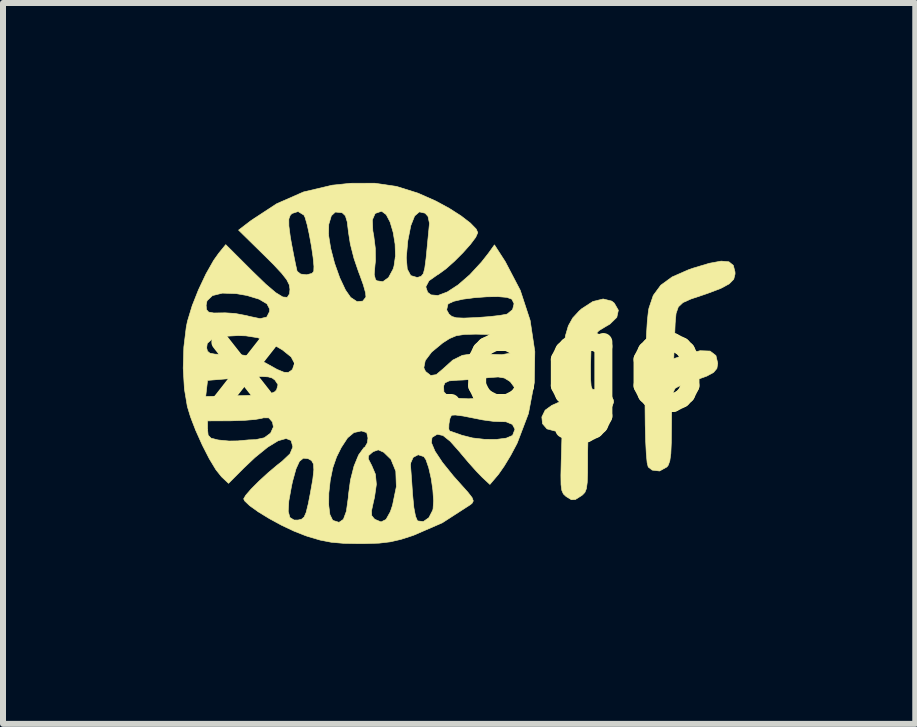
<source format=kicad_pcb>
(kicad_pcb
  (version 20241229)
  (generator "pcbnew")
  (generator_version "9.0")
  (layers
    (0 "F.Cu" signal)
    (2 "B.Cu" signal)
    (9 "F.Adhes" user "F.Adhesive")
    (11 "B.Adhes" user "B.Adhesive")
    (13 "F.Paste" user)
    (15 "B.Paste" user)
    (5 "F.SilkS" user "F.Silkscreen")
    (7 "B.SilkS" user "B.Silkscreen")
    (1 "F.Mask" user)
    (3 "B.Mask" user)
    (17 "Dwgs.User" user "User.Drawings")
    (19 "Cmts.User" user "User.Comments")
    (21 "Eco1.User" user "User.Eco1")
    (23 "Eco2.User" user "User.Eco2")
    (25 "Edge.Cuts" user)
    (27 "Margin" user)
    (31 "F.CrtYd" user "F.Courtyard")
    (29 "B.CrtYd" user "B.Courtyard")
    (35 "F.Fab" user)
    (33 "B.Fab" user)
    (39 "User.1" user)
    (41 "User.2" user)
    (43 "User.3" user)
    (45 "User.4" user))
  (footprint "xffLogo"
    (layer "F.Cu")
    (at 4.58 2.98)
    (property "Reference" "xffLogo" (at 0 0 0) (layer "F.SilkS") (effects (font (size 1.524 1.524) (thickness 0.3))))
    (attr through_hole)
    (fp_poly (pts (xy 4.524 -1.665) (xy 4.598 -1.605) (xy 4.626 -1.496) (xy 4.627 -1.461) (xy 4.605 -1.374) (xy 4.53 -1.297) (xy 4.389 -1.221) (xy 4.17 -1.138) (xy 4.097 -1.113) (xy 3.89 -1.044) (xy 3.757 -0.984) (xy 3.681 -0.912) (xy 3.643 -0.803) (xy 3.628 -0.636) (xy 3.622 -0.484) (xy 3.605 -0.049) (xy 3.809 -0.121) (xy 4.044 -0.182) (xy 4.21 -0.176) (xy 4.308 -0.101) (xy 4.338 0.028) (xy 4.324 0.114) (xy 4.269 0.18) (xy 4.157 0.241) (xy 3.969 0.308) (xy 3.952 0.313) (xy 3.796 0.368) (xy 3.674 0.419) (xy 3.627 0.446) (xy 3.598 0.507) (xy 3.579 0.643) (xy 3.569 0.861) (xy 3.567 1.087) (xy 3.564 1.35) (xy 3.556 1.534) (xy 3.539 1.654) (xy 3.513 1.727) (xy 3.491 1.756) (xy 3.369 1.824) (xy 3.245 1.809) (xy 3.179 1.757) (xy 3.161 1.687) (xy 3.147 1.537) (xy 3.136 1.321) (xy 3.129 1.057) (xy 3.126 0.759) (xy 3.127 0.444) (xy 3.131 0.127) (xy 3.139 -0.176) (xy 3.15 -0.449) (xy 3.164 -0.677) (xy 3.182 -0.843) (xy 3.191 -0.891) (xy 3.263 -1.104) (xy 3.388 -1.274) (xy 3.577 -1.412) (xy 3.846 -1.53) (xy 3.928 -1.559) (xy 4.199 -1.64) (xy 4.395 -1.676) (xy 4.524 -1.665)) (stroke (width 0.01) (type solid)) (fill yes) (layer "F.SilkS"))
    (fp_poly (pts (xy 2.571 -1.009) (xy 2.613 -0.975) (xy 2.681 -0.857) (xy 2.655 -0.738) (xy 2.539 -0.625) (xy 2.461 -0.58) (xy 2.356 -0.516) (xy 2.286 -0.441) (xy 2.245 -0.332) (xy 2.224 -0.172) (xy 2.218 0.062) (xy 2.218 0.112) (xy 2.219 0.3) (xy 2.227 0.409) (xy 2.246 0.459) (xy 2.283 0.466) (xy 2.317 0.457) (xy 2.431 0.464) (xy 2.538 0.535) (xy 2.599 0.641) (xy 2.603 0.675) (xy 2.566 0.77) (xy 2.482 0.863) (xy 2.389 0.914) (xy 2.373 0.916) (xy 2.3 0.947) (xy 2.245 0.991) (xy 2.21 1.047) (xy 2.187 1.141) (xy 2.174 1.292) (xy 2.169 1.515) (xy 2.169 1.615) (xy 2.168 1.854) (xy 2.162 2.015) (xy 2.148 2.118) (xy 2.123 2.181) (xy 2.083 2.223) (xy 2.062 2.238) (xy 1.965 2.299) (xy 1.898 2.303) (xy 1.814 2.252) (xy 1.806 2.246) (xy 1.764 2.206) (xy 1.738 2.147) (xy 1.725 2.05) (xy 1.723 1.895) (xy 1.728 1.667) (xy 1.743 1.157) (xy 1.624 1.157) (xy 1.491 1.122) (xy 1.416 1.035) (xy 1.405 0.923) (xy 1.46 0.81) (xy 1.572 0.729) (xy 1.721 0.663) (xy 1.748 0.098) (xy 1.767 -0.204) (xy 1.798 -0.429) (xy 1.847 -0.597) (xy 1.92 -0.728) (xy 2.025 -0.842) (xy 2.07 -0.882) (xy 2.255 -1.002) (xy 2.427 -1.045) (xy 2.571 -1.009)) (stroke (width 0.01) (type solid)) (fill yes) (layer "F.SilkS"))
    (fp_poly (pts (xy -1.019 -2.922) (xy -0.659 -2.809) (xy -0.361 -2.677) (xy -0.14 -2.557) (xy 0.057 -2.431) (xy 0.213 -2.311) (xy 0.311 -2.21) (xy 0.337 -2.151) (xy 0.303 -2.074) (xy 0.214 -1.955) (xy 0.089 -1.815) (xy -0.054 -1.672) (xy -0.196 -1.546) (xy -0.317 -1.458) (xy -0.343 -1.443) (xy -0.477 -1.348) (xy -0.53 -1.247) (xy -0.499 -1.156) (xy -0.442 -1.113) (xy -0.327 -1.103) (xy -0.171 -1.162) (xy 0.011 -1.281) (xy 0.205 -1.45) (xy 0.398 -1.659) (xy 0.513 -1.805) (xy 0.615 -1.947) (xy 0.796 -1.666) (xy 1.045 -1.19) (xy 1.21 -0.687) (xy 1.288 -0.168) (xy 1.279 0.353) (xy 1.182 0.865) (xy 0.996 1.354) (xy 0.988 1.371) (xy 0.886 1.563) (xy 0.777 1.743) (xy 0.685 1.875) (xy 0.678 1.884) (xy 0.539 2.048) (xy 0.41 1.928) (xy 0.316 1.831) (xy 0.188 1.688) (xy 0.052 1.527) (xy 0.035 1.506) (xy -0.122 1.329) (xy -0.243 1.232) (xy -0.339 1.211) (xy -0.419 1.26) (xy -0.427 1.269) (xy -0.436 1.353) (xy -0.377 1.493) (xy -0.253 1.68) (xy -0.07 1.907) (xy 0.047 2.038) (xy 0.173 2.179) (xy 0.242 2.268) (xy 0.262 2.323) (xy 0.241 2.363) (xy 0.211 2.387) (xy -0.255 2.688) (xy -0.737 2.897) (xy -0.944 2.964) (xy -1.122 3.005) (xy -1.309 3.027) (xy -1.541 3.034) (xy -1.639 3.035) (xy -1.901 3.03) (xy -2.106 3.012) (xy -2.291 2.976) (xy -2.495 2.916) (xy -2.539 2.901) (xy -2.729 2.826) (xy -2.936 2.728) (xy -3.14 2.617) (xy -3.323 2.505) (xy -3.335 2.496) (xy -2.824 2.496) (xy -2.796 2.599) (xy -2.727 2.641) (xy -2.662 2.642) (xy -2.602 2.628) (xy -2.559 2.592) (xy -2.525 2.515) (xy -2.495 2.392) (xy -2.149 2.392) (xy -2.129 2.55) (xy -2.084 2.642) (xy -2.075 2.649) (xy -1.977 2.68) (xy -1.904 2.63) (xy -1.854 2.495) (xy -1.823 2.271) (xy -1.82 2.227) (xy -1.786 1.974) (xy -1.727 1.743) (xy -1.677 1.621) (xy -1.489 1.621) (xy -1.441 1.715) (xy -1.434 1.727) (xy -1.37 1.878) (xy -1.354 2.046) (xy -1.385 2.262) (xy -1.405 2.348) (xy -1.435 2.487) (xy -1.432 2.567) (xy -1.392 2.618) (xy -1.376 2.631) (xy -1.276 2.673) (xy -1.193 2.632) (xy -1.121 2.503) (xy -1.085 2.396) (xy -1.021 2.085) (xy -1.03 1.828) (xy -1.065 1.741) (xy -0.784 1.741) (xy -0.776 1.844) (xy -0.764 2.009) (xy -0.751 2.205) (xy -0.748 2.238) (xy -0.729 2.434) (xy -0.701 2.58) (xy -0.669 2.654) (xy -0.666 2.656) (xy -0.571 2.667) (xy -0.479 2.603) (xy -0.416 2.481) (xy -0.409 2.457) (xy -0.4 2.322) (xy -0.412 2.143) (xy -0.44 1.949) (xy -0.481 1.77) (xy -0.527 1.636) (xy -0.562 1.584) (xy -0.657 1.553) (xy -0.74 1.596) (xy -0.784 1.695) (xy -0.784 1.741) (xy -1.065 1.741) (xy -1.111 1.629) (xy -1.232 1.511) (xy -1.323 1.471) (xy -1.404 1.5) (xy -1.425 1.515) (xy -1.484 1.567) (xy -1.489 1.621) (xy -1.677 1.621) (xy -1.65 1.556) (xy -1.564 1.437) (xy -1.543 1.422) (xy -1.505 1.355) (xy -1.494 1.274) (xy -1.515 1.184) (xy -1.597 1.157) (xy -1.611 1.157) (xy -1.728 1.183) (xy -1.834 1.271) (xy -1.94 1.433) (xy -2.018 1.59) (xy -2.08 1.768) (xy -2.123 1.977) (xy -2.147 2.193) (xy -2.149 2.392) (xy -2.495 2.392) (xy -2.491 2.378) (xy -2.455 2.193) (xy -2.414 1.961) (xy -2.397 1.805) (xy -2.403 1.707) (xy -2.435 1.65) (xy -2.492 1.618) (xy -2.571 1.61) (xy -2.637 1.663) (xy -2.694 1.788) (xy -2.751 1.994) (xy -2.768 2.071) (xy -2.814 2.324) (xy -2.824 2.496) (xy -3.335 2.496) (xy -3.466 2.403) (xy -3.551 2.322) (xy -3.567 2.288) (xy -3.532 2.228) (xy -3.442 2.124) (xy -3.312 1.994) (xy -3.162 1.856) (xy -3.009 1.727) (xy -2.928 1.664) (xy -2.795 1.538) (xy -2.747 1.424) (xy -2.747 1.421) (xy -2.776 1.315) (xy -2.859 1.282) (xy -2.991 1.319) (xy -3.166 1.426) (xy -3.379 1.599) (xy -3.56 1.77) (xy -3.819 2.03) (xy -3.937 1.919) (xy -4.03 1.802) (xy -4.141 1.618) (xy -4.256 1.393) (xy -4.365 1.15) (xy -4.428 0.988) (xy -4.169 0.988) (xy -4.169 1.133) (xy -4.159 1.227) (xy -4.111 1.276) (xy -3.998 1.305) (xy -3.976 1.308) (xy -3.812 1.324) (xy -3.662 1.322) (xy -3.645 1.32) (xy -3.485 1.305) (xy -3.368 1.301) (xy -3.224 1.27) (xy -3.118 1.192) (xy -3.087 1.124) (xy -0.147 1.124) (xy -0.133 1.157) (xy -0.084 1.173) (xy 0.023 1.21) (xy 0.072 1.228) (xy 0.251 1.273) (xy 0.452 1.296) (xy 0.648 1.297) (xy 0.811 1.276) (xy 0.912 1.233) (xy 0.919 1.225) (xy 0.957 1.127) (xy 0.914 1.047) (xy 0.807 1.003) (xy 0.726 1.001) (xy 0.598 0.996) (xy 0.42 0.972) (xy 0.259 0.94) (xy 0.092 0.907) (xy -0.037 0.89) (xy -0.101 0.894) (xy -0.127 0.947) (xy -0.144 1.039) (xy -0.147 1.124) (xy -3.087 1.124) (xy -3.071 1.089) (xy -3.087 1.007) (xy -3.147 0.938) (xy -3.237 0.937) (xy -3.269 0.946) (xy -3.379 0.965) (xy -3.551 0.979) (xy -3.751 0.986) (xy -3.783 0.987) (xy -4.169 0.988) (xy -4.428 0.988) (xy -4.455 0.916) (xy -4.506 0.749) (xy -4.534 0.581) (xy -4.2 0.581) (xy -3.635 0.568) (xy -3.386 0.56) (xy -3.217 0.548) (xy -3.109 0.53) (xy -3.047 0.502) (xy -3.018 0.471) (xy -3 0.406) (xy -0.233 0.406) (xy -0.228 0.505) (xy -0.161 0.572) (xy -0.027 0.61) (xy 0.184 0.62) (xy 0.478 0.605) (xy 0.588 0.595) (xy 0.803 0.561) (xy 0.924 0.508) (xy 0.952 0.435) (xy 0.885 0.343) (xy 0.862 0.323) (xy 0.779 0.273) (xy 0.677 0.256) (xy 0.52 0.267) (xy 0.486 0.271) (xy 0.286 0.292) (xy 0.083 0.307) (xy 0.001 0.31) (xy -0.14 0.321) (xy -0.21 0.354) (xy -0.233 0.406) (xy -3 0.406) (xy -2.994 0.385) (xy -3.045 0.308) (xy -3.092 0.273) (xy -3.159 0.254) (xy -3.266 0.248) (xy -3.432 0.255) (xy -3.647 0.271) (xy -4.169 0.313) (xy -4.2 0.581) (xy -4.534 0.581) (xy -4.555 0.456) (xy -4.575 0.11) (xy -4.565 -0.229) (xy -4.184 -0.229) (xy -4.17 -0.174) (xy -4.13 -0.141) (xy -4.046 -0.125) (xy -3.895 -0.119) (xy -3.805 -0.119) (xy -3.6 -0.112) (xy -3.45 -0.089) (xy -3.316 -0.038) (xy -3.179 0.035) (xy -3.007 0.131) (xy -2.895 0.177) (xy -2.822 0.18) (xy -2.768 0.144) (xy -2.752 0.127) (xy -2.744 0.103) (xy -0.563 0.103) (xy -0.534 0.164) (xy -0.448 0.231) (xy -0.356 0.217) (xy -0.24 0.119) (xy -0.237 0.116) (xy -0.081 -0.025) (xy 0.08 -0.105) (xy 0.277 -0.134) (xy 0.508 -0.125) (xy 0.738 -0.116) (xy 0.882 -0.142) (xy 0.946 -0.204) (xy 0.937 -0.305) (xy 0.935 -0.308) (xy 0.873 -0.379) (xy 0.743 -0.426) (xy 0.537 -0.452) (xy 0.305 -0.458) (xy 0.112 -0.453) (xy -0.022 -0.432) (xy -0.134 -0.385) (xy -0.248 -0.312) (xy -0.433 -0.159) (xy -0.539 -0.018) (xy -0.563 0.103) (xy -2.744 0.103) (xy -2.719 0.029) (xy -2.775 -0.078) (xy -2.924 -0.198) (xy -2.932 -0.202) (xy -3.147 -0.328) (xy -3.333 -0.399) (xy -3.53 -0.43) (xy -3.662 -0.434) (xy -3.92 -0.42) (xy -4.09 -0.377) (xy -4.174 -0.304) (xy -4.184 -0.229) (xy -4.565 -0.229) (xy -4.564 -0.247) (xy -4.524 -0.576) (xy -4.504 -0.674) (xy -4.429 -0.921) (xy -4.422 -0.941) (xy -4.193 -0.941) (xy -4.186 -0.866) (xy -4.151 -0.826) (xy -4.066 -0.811) (xy -3.909 -0.813) (xy -3.88 -0.814) (xy -3.708 -0.803) (xy -3.518 -0.767) (xy -3.47 -0.754) (xy -3.292 -0.717) (xy -3.182 -0.743) (xy -3.136 -0.834) (xy -3.134 -0.863) (xy -0.182 -0.863) (xy -0.143 -0.793) (xy -0.095 -0.753) (xy -0.02 -0.731) (xy 0.104 -0.726) (xy 0.298 -0.734) (xy 0.336 -0.736) (xy 0.534 -0.751) (xy 0.702 -0.77) (xy 0.81 -0.789) (xy 0.828 -0.794) (xy 0.917 -0.867) (xy 0.942 -0.966) (xy 0.905 -1.041) (xy 0.823 -1.071) (xy 0.674 -1.084) (xy 0.485 -1.081) (xy 0.281 -1.066) (xy 0.089 -1.041) (xy -0.064 -1.006) (xy -0.153 -0.965) (xy -0.161 -0.956) (xy -0.182 -0.863) (xy -3.134 -0.863) (xy -3.133 -0.876) (xy -3.179 -0.964) (xy -3.309 -1.041) (xy -3.512 -1.103) (xy -3.691 -1.134) (xy -3.922 -1.142) (xy -4.087 -1.101) (xy -4.178 -1.014) (xy -4.193 -0.941) (xy -4.422 -0.941) (xy -4.322 -1.194) (xy -4.196 -1.461) (xy -4.067 -1.689) (xy -3.983 -1.807) (xy -3.866 -1.951) (xy -3.42 -1.506) (xy -3.199 -1.292) (xy -3.032 -1.15) (xy -2.914 -1.078) (xy -2.84 -1.072) (xy -2.802 -1.131) (xy -2.795 -1.207) (xy -2.807 -1.282) (xy -2.849 -1.366) (xy -2.933 -1.473) (xy -3.069 -1.619) (xy -3.224 -1.773) (xy -3.652 -2.193) (xy -3.451 -2.347) (xy -3.405 -2.378) (xy -2.814 -2.378) (xy -2.813 -2.262) (xy -2.789 -2.078) (xy -2.77 -1.971) (xy -2.733 -1.779) (xy -2.701 -1.62) (xy -2.679 -1.521) (xy -2.675 -1.506) (xy -2.616 -1.46) (xy -2.518 -1.448) (xy -2.428 -1.471) (xy -2.398 -1.505) (xy -2.395 -1.588) (xy -2.409 -1.736) (xy -2.436 -1.92) (xy -2.471 -2.112) (xy -2.471 -2.114) (xy -2.152 -2.114) (xy -2.116 -1.889) (xy -2.051 -1.64) (xy -1.965 -1.398) (xy -1.869 -1.194) (xy -1.783 -1.071) (xy -1.677 -1.001) (xy -1.581 -1.009) (xy -1.528 -1.077) (xy -1.534 -1.146) (xy -1.571 -1.279) (xy -1.632 -1.449) (xy -1.65 -1.495) (xy -1.727 -1.72) (xy -1.788 -1.959) (xy -1.819 -2.156) (xy -1.84 -2.331) (xy -1.85 -2.364) (xy -1.421 -2.364) (xy -1.413 -2.18) (xy -1.398 -2.1) (xy -1.372 -1.892) (xy -1.369 -1.683) (xy -1.377 -1.611) (xy -1.39 -1.454) (xy -1.369 -1.369) (xy -1.346 -1.348) (xy -1.246 -1.333) (xy -1.151 -1.402) (xy -1.076 -1.541) (xy -1.06 -1.593) (xy -1.04 -1.732) (xy -0.855 -1.732) (xy -0.839 -1.543) (xy -0.781 -1.435) (xy -0.68 -1.405) (xy -0.662 -1.406) (xy -0.607 -1.423) (xy -0.571 -1.467) (xy -0.547 -1.559) (xy -0.526 -1.718) (xy -0.517 -1.807) (xy -0.498 -2.006) (xy -0.481 -2.179) (xy -0.47 -2.295) (xy -0.469 -2.307) (xy -0.493 -2.421) (xy -0.541 -2.475) (xy -0.637 -2.497) (xy -0.716 -2.429) (xy -0.78 -2.268) (xy -0.83 -2.014) (xy -0.831 -2.006) (xy -0.855 -1.732) (xy -1.04 -1.732) (xy -1.036 -1.765) (xy -1.042 -1.96) (xy -1.074 -2.155) (xy -1.125 -2.327) (xy -1.19 -2.451) (xy -1.264 -2.506) (xy -1.273 -2.506) (xy -1.374 -2.471) (xy -1.421 -2.364) (xy -1.85 -2.364) (xy -1.871 -2.432) (xy -1.92 -2.479) (xy -1.934 -2.484) (xy -2.038 -2.494) (xy -2.105 -2.432) (xy -2.148 -2.288) (xy -2.148 -2.287) (xy -2.152 -2.114) (xy -2.471 -2.114) (xy -2.508 -2.283) (xy -2.543 -2.404) (xy -2.562 -2.443) (xy -2.659 -2.503) (xy -2.761 -2.47) (xy -2.79 -2.441) (xy -2.814 -2.378) (xy -3.405 -2.378) (xy -3.018 -2.632) (xy -2.57 -2.829) (xy -2.091 -2.942) (xy -1.783 -2.974) (xy -1.382 -2.975) (xy -1.019 -2.922)) (stroke (width 0.01) (type solid)) (fill yes) (layer "F.SilkS")))
  (gr_rect
    (start -3 -3)
    (end 12.212 9.02)
    (stroke (width 0.1) (type default))
    (fill no)
    (layer "Edge.Cuts")))
</source>
